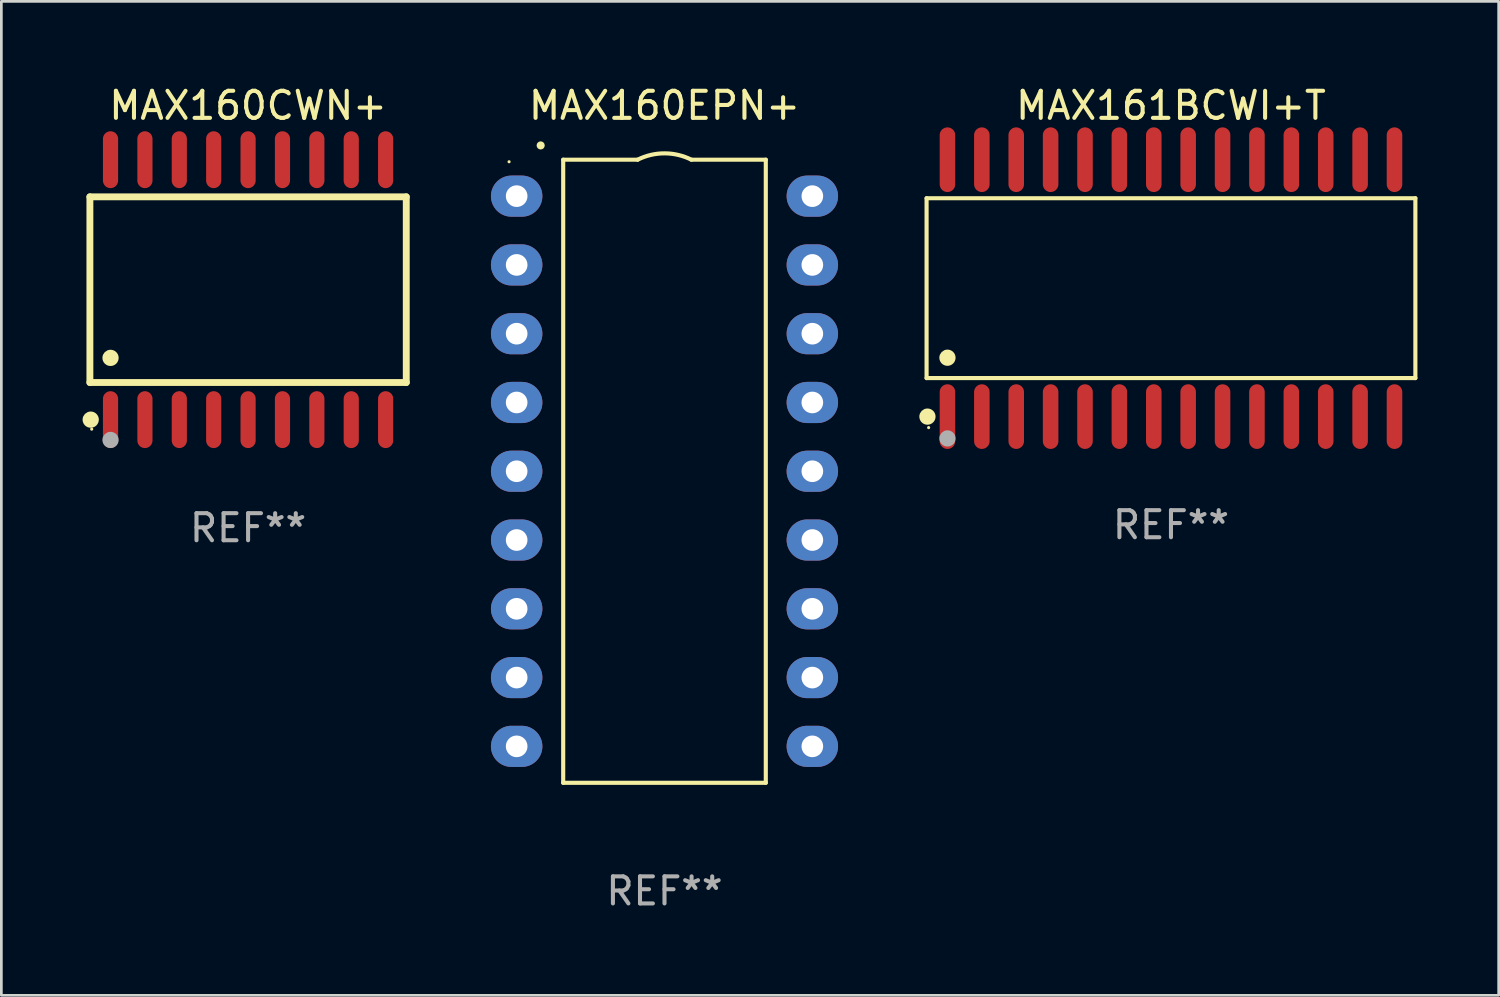
<source format=kicad_pcb>
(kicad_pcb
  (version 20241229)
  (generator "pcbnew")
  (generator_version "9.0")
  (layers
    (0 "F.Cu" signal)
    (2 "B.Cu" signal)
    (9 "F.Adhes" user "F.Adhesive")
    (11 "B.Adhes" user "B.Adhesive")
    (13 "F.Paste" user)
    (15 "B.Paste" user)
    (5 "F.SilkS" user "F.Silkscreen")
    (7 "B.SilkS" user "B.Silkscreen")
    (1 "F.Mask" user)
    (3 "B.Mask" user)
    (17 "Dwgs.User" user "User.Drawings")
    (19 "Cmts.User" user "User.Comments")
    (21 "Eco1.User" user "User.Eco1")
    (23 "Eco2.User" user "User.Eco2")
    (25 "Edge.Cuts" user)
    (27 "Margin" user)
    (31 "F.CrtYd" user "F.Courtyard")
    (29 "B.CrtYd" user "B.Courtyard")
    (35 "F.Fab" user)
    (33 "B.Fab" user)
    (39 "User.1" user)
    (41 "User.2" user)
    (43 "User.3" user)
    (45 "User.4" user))
  (footprint "MAX160EPN+"
    (layer "F.Cu")
    (at 21.491 14.354)
    (property "Reference" "MAX160EPN+" (at 0 -13.506 0) (layer "F.SilkS") (effects (font (size 1 1) (thickness 0.15))))
    (attr through_hole)
    (fp_line (start -3.741 -11.506) (end -3.741 11.506) (stroke (width 0.152) (type solid)) (layer "F.SilkS"))
    (fp_line (start -3.741 11.506) (end 3.741 11.506) (stroke (width 0.152) (type solid)) (layer "F.SilkS"))
    (fp_line (start -0.993 -11.506) (end -3.741 -11.506) (stroke (width 0.152) (type solid)) (layer "F.SilkS"))
    (fp_line (start 3.741 -11.506) (end 0.993 -11.506) (stroke (width 0.152) (type solid)) (layer "F.SilkS"))
    (fp_line (start 3.741 11.506) (end 3.741 -11.506) (stroke (width 0.152) (type solid)) (layer "F.SilkS"))
    (fp_arc (start -0.992499 -11.5062) (mid 0 -11.740497) (end 0.9925 -11.5062) (stroke (width 0.1524) (type solid)) (layer "F.SilkS"))
    (fp_circle (center -5.74 -11.43) (end -5.71 -11.43) (stroke (width 0.06) (type solid)) (fill no) (layer "F.SilkS"))
    (fp_circle (center -4.573 -12.033) (end -4.498 -12.033) (stroke (width 0.15) (type solid)) (fill no) (layer "F.SilkS"))
    (fp_text user "REF**" (at 0 15.506 0) (layer "F.Fab") (effects (font (size 1 1) (thickness 0.15))))
    (pad "1" thru_hole oval (at -5.46 -10.16) (size 1.9 1.52) (drill 0.8) (layers "*.Cu" "*.Mask"))
    (pad "2" thru_hole oval (at -5.46 -7.62) (size 1.9 1.52) (drill 0.8) (layers "*.Cu" "*.Mask"))
    (pad "3" thru_hole oval (at -5.46 -5.08) (size 1.9 1.52) (drill 0.8) (layers "*.Cu" "*.Mask"))
    (pad "4" thru_hole oval (at -5.46 -2.54) (size 1.9 1.52) (drill 0.8) (layers "*.Cu" "*.Mask"))
    (pad "5" thru_hole oval (at -5.46 0) (size 1.9 1.52) (drill 0.8) (layers "*.Cu" "*.Mask"))
    (pad "6" thru_hole oval (at -5.46 2.54) (size 1.9 1.52) (drill 0.8) (layers "*.Cu" "*.Mask"))
    (pad "7" thru_hole oval (at -5.46 5.08) (size 1.9 1.52) (drill 0.8) (layers "*.Cu" "*.Mask"))
    (pad "8" thru_hole oval (at -5.46 7.62) (size 1.9 1.52) (drill 0.8) (layers "*.Cu" "*.Mask"))
    (pad "9" thru_hole oval (at -5.46 10.16) (size 1.9 1.52) (drill 0.8) (layers "*.Cu" "*.Mask"))
    (pad "10" thru_hole oval (at 5.46 10.16 180) (size 1.9 1.52) (drill 0.8) (layers "*.Cu" "*.Mask"))
    (pad "11" thru_hole oval (at 5.46 7.62 180) (size 1.9 1.52) (drill 0.8) (layers "*.Cu" "*.Mask"))
    (pad "12" thru_hole oval (at 5.46 5.08 180) (size 1.9 1.52) (drill 0.8) (layers "*.Cu" "*.Mask"))
    (pad "13" thru_hole oval (at 5.46 2.54 180) (size 1.9 1.52) (drill 0.8) (layers "*.Cu" "*.Mask"))
    (pad "14" thru_hole oval (at 5.46 0 180) (size 1.9 1.52) (drill 0.8) (layers "*.Cu" "*.Mask"))
    (pad "15" thru_hole oval (at 5.46 -2.54 180) (size 1.9 1.52) (drill 0.8) (layers "*.Cu" "*.Mask"))
    (pad "16" thru_hole oval (at 5.46 -5.08 180) (size 1.9 1.52) (drill 0.8) (layers "*.Cu" "*.Mask"))
    (pad "17" thru_hole oval (at 5.46 -7.62 180) (size 1.9 1.52) (drill 0.8) (layers "*.Cu" "*.Mask"))
    (pad "18" thru_hole oval (at 5.46 -10.16 180) (size 1.9 1.52) (drill 0.8) (layers "*.Cu" "*.Mask")))
  (footprint "MAX161BCWI+T"
    (layer "F.Cu")
    (at 40.196 7.592)
    (property "Reference" "MAX161BCWI+T" (at 0 -6.744 0) (layer "F.SilkS") (effects (font (size 1 1) (thickness 0.15))))
    (attr through_hole)
    (fp_line (start -9.026 -3.321) (end 9.026 -3.321) (stroke (width 0.152) (type solid)) (layer "F.SilkS"))
    (fp_line (start -9.026 3.321) (end -9.026 -3.321) (stroke (width 0.152) (type solid)) (layer "F.SilkS"))
    (fp_line (start 9.026 -3.321) (end 9.026 3.321) (stroke (width 0.152) (type solid)) (layer "F.SilkS"))
    (fp_line (start 9.026 3.321) (end -9.026 3.321) (stroke (width 0.152) (type solid)) (layer "F.SilkS"))
    (fp_circle (center -8.994 4.744) (end -8.844 4.744) (stroke (width 0.3) (type solid)) (fill no) (layer "F.SilkS"))
    (fp_circle (center -8.95 5.15) (end -8.92 5.15) (stroke (width 0.06) (type solid)) (fill no) (layer "F.SilkS"))
    (fp_circle (center -8.255 2.569) (end -8.105 2.569) (stroke (width 0.3) (type solid)) (fill no) (layer "F.SilkS"))
    (fp_circle (center -8.255 5.55) (end -8.105 5.55) (stroke (width 0.3) (type solid)) (fill no) (layer "F.Fab"))
    (fp_text user "REF**" (at 0 8.744 0) (layer "F.Fab") (effects (font (size 1 1) (thickness 0.15))))
    (pad "1" smd oval (at -8.255 4.744) (size 0.574 2.388) (layers "F.Cu" "F.Mask" "F.Paste"))
    (pad "2" smd oval (at -6.985 4.744) (size 0.574 2.388) (layers "F.Cu" "F.Mask" "F.Paste"))
    (pad "3" smd oval (at -5.715 4.744) (size 0.574 2.388) (layers "F.Cu" "F.Mask" "F.Paste"))
    (pad "4" smd oval (at -4.445 4.744) (size 0.574 2.388) (layers "F.Cu" "F.Mask" "F.Paste"))
    (pad "5" smd oval (at -3.175 4.744) (size 0.574 2.388) (layers "F.Cu" "F.Mask" "F.Paste"))
    (pad "6" smd oval (at -1.905 4.744) (size 0.574 2.388) (layers "F.Cu" "F.Mask" "F.Paste"))
    (pad "7" smd oval (at -0.635 4.744) (size 0.574 2.388) (layers "F.Cu" "F.Mask" "F.Paste"))
    (pad "8" smd oval (at 0.635 4.744) (size 0.574 2.388) (layers "F.Cu" "F.Mask" "F.Paste"))
    (pad "9" smd oval (at 1.905 4.744) (size 0.574 2.388) (layers "F.Cu" "F.Mask" "F.Paste"))
    (pad "10" smd oval (at 3.175 4.744) (size 0.574 2.388) (layers "F.Cu" "F.Mask" "F.Paste"))
    (pad "11" smd oval (at 4.445 4.744) (size 0.574 2.388) (layers "F.Cu" "F.Mask" "F.Paste"))
    (pad "12" smd oval (at 5.715 4.744) (size 0.574 2.388) (layers "F.Cu" "F.Mask" "F.Paste"))
    (pad "13" smd oval (at 6.985 4.744) (size 0.574 2.388) (layers "F.Cu" "F.Mask" "F.Paste"))
    (pad "14" smd oval (at 8.255 4.744) (size 0.574 2.388) (layers "F.Cu" "F.Mask" "F.Paste"))
    (pad "15" smd oval (at 8.255 -4.744) (size 0.574 2.388) (layers "F.Cu" "F.Mask" "F.Paste"))
    (pad "16" smd oval (at 6.985 -4.744) (size 0.574 2.388) (layers "F.Cu" "F.Mask" "F.Paste"))
    (pad "17" smd oval (at 5.715 -4.744) (size 0.574 2.388) (layers "F.Cu" "F.Mask" "F.Paste"))
    (pad "18" smd oval (at 4.445 -4.744) (size 0.574 2.388) (layers "F.Cu" "F.Mask" "F.Paste"))
    (pad "19" smd oval (at 3.175 -4.744) (size 0.574 2.388) (layers "F.Cu" "F.Mask" "F.Paste"))
    (pad "20" smd oval (at 1.905 -4.744) (size 0.574 2.388) (layers "F.Cu" "F.Mask" "F.Paste"))
    (pad "21" smd oval (at 0.635 -4.744) (size 0.574 2.388) (layers "F.Cu" "F.Mask" "F.Paste"))
    (pad "22" smd oval (at -0.635 -4.744) (size 0.574 2.388) (layers "F.Cu" "F.Mask" "F.Paste"))
    (pad "23" smd oval (at -1.905 -4.744) (size 0.574 2.388) (layers "F.Cu" "F.Mask" "F.Paste"))
    (pad "24" smd oval (at -3.175 -4.744) (size 0.574 2.388) (layers "F.Cu" "F.Mask" "F.Paste"))
    (pad "25" smd oval (at -4.445 -4.744) (size 0.574 2.388) (layers "F.Cu" "F.Mask" "F.Paste"))
    (pad "26" smd oval (at -5.715 -4.744) (size 0.574 2.388) (layers "F.Cu" "F.Mask" "F.Paste"))
    (pad "27" smd oval (at -6.985 -4.744) (size 0.574 2.388) (layers "F.Cu" "F.Mask" "F.Paste"))
    (pad "28" smd oval (at -8.255 -4.744) (size 0.574 2.388) (layers "F.Cu" "F.Mask" "F.Paste")))
  (footprint "MAX160CWN+"
    (layer "F.Cu")
    (at 6.112 7.648)
    (property "Reference" "MAX160CWN+" (at 0 -6.8 0) (layer "F.SilkS") (effects (font (size 1 1) (thickness 0.15))))
    (attr through_hole)
    (fp_line (start -5.842 -3.429) (end -5.842 3.429) (stroke (width 0.254) (type solid)) (layer "F.SilkS"))
    (fp_line (start -5.842 3.429) (end 5.842 3.429) (stroke (width 0.254) (type solid)) (layer "F.SilkS"))
    (fp_line (start 5.842 -3.429) (end -5.842 -3.429) (stroke (width 0.254) (type solid)) (layer "F.SilkS"))
    (fp_line (start 5.842 3.429) (end 5.842 -3.429) (stroke (width 0.254) (type solid)) (layer "F.SilkS"))
    (fp_circle (center -5.812 4.8) (end -5.662 4.8) (stroke (width 0.3) (type solid)) (fill no) (layer "F.SilkS"))
    (fp_circle (center -5.775 5.15) (end -5.745 5.15) (stroke (width 0.06) (type solid)) (fill no) (layer "F.SilkS"))
    (fp_circle (center -5.08 2.519) (end -4.93 2.519) (stroke (width 0.3) (type solid)) (fill no) (layer "F.SilkS"))
    (fp_circle (center -5.08 5.55) (end -4.93 5.55) (stroke (width 0.3) (type solid)) (fill no) (layer "F.Fab"))
    (fp_text user "REF**" (at 0 8.8 0) (layer "F.Fab") (effects (font (size 1 1) (thickness 0.15))))
    (pad "1" smd oval (at -5.08 4.8) (size 0.56 2.1) (layers "F.Cu" "F.Mask" "F.Paste"))
    (pad "2" smd oval (at -3.81 4.8) (size 0.56 2.1) (layers "F.Cu" "F.Mask" "F.Paste"))
    (pad "3" smd oval (at -2.54 4.8) (size 0.56 2.1) (layers "F.Cu" "F.Mask" "F.Paste"))
    (pad "4" smd oval (at -1.27 4.8) (size 0.56 2.1) (layers "F.Cu" "F.Mask" "F.Paste"))
    (pad "5" smd oval (at 0 4.8) (size 0.56 2.1) (layers "F.Cu" "F.Mask" "F.Paste"))
    (pad "6" smd oval (at 1.27 4.8) (size 0.56 2.1) (layers "F.Cu" "F.Mask" "F.Paste"))
    (pad "7" smd oval (at 2.54 4.8) (size 0.56 2.1) (layers "F.Cu" "F.Mask" "F.Paste"))
    (pad "8" smd oval (at 3.81 4.8) (size 0.56 2.1) (layers "F.Cu" "F.Mask" "F.Paste"))
    (pad "9" smd oval (at 5.08 4.8) (size 0.56 2.1) (layers "F.Cu" "F.Mask" "F.Paste"))
    (pad "10" smd oval (at 5.08 -4.8) (size 0.56 2.1) (layers "F.Cu" "F.Mask" "F.Paste"))
    (pad "11" smd oval (at 3.81 -4.8) (size 0.56 2.1) (layers "F.Cu" "F.Mask" "F.Paste"))
    (pad "12" smd oval (at 2.54 -4.8) (size 0.56 2.1) (layers "F.Cu" "F.Mask" "F.Paste"))
    (pad "13" smd oval (at 1.27 -4.8) (size 0.56 2.1) (layers "F.Cu" "F.Mask" "F.Paste"))
    (pad "14" smd oval (at 0 -4.8) (size 0.56 2.1) (layers "F.Cu" "F.Mask" "F.Paste"))
    (pad "15" smd oval (at -1.27 -4.8) (size 0.56 2.1) (layers "F.Cu" "F.Mask" "F.Paste"))
    (pad "16" smd oval (at -2.54 -4.8) (size 0.56 2.1) (layers "F.Cu" "F.Mask" "F.Paste"))
    (pad "17" smd oval (at -3.81 -4.8) (size 0.56 2.1) (layers "F.Cu" "F.Mask" "F.Paste"))
    (pad "18" smd oval (at -5.08 -4.8) (size 0.56 2.1) (layers "F.Cu" "F.Mask" "F.Paste")))
  (gr_rect
    (start -3 -3)
    (end 52.298 33.709)
    (stroke (width 0.1) (type default))
    (fill no)
    (layer "Edge.Cuts")))
</source>
